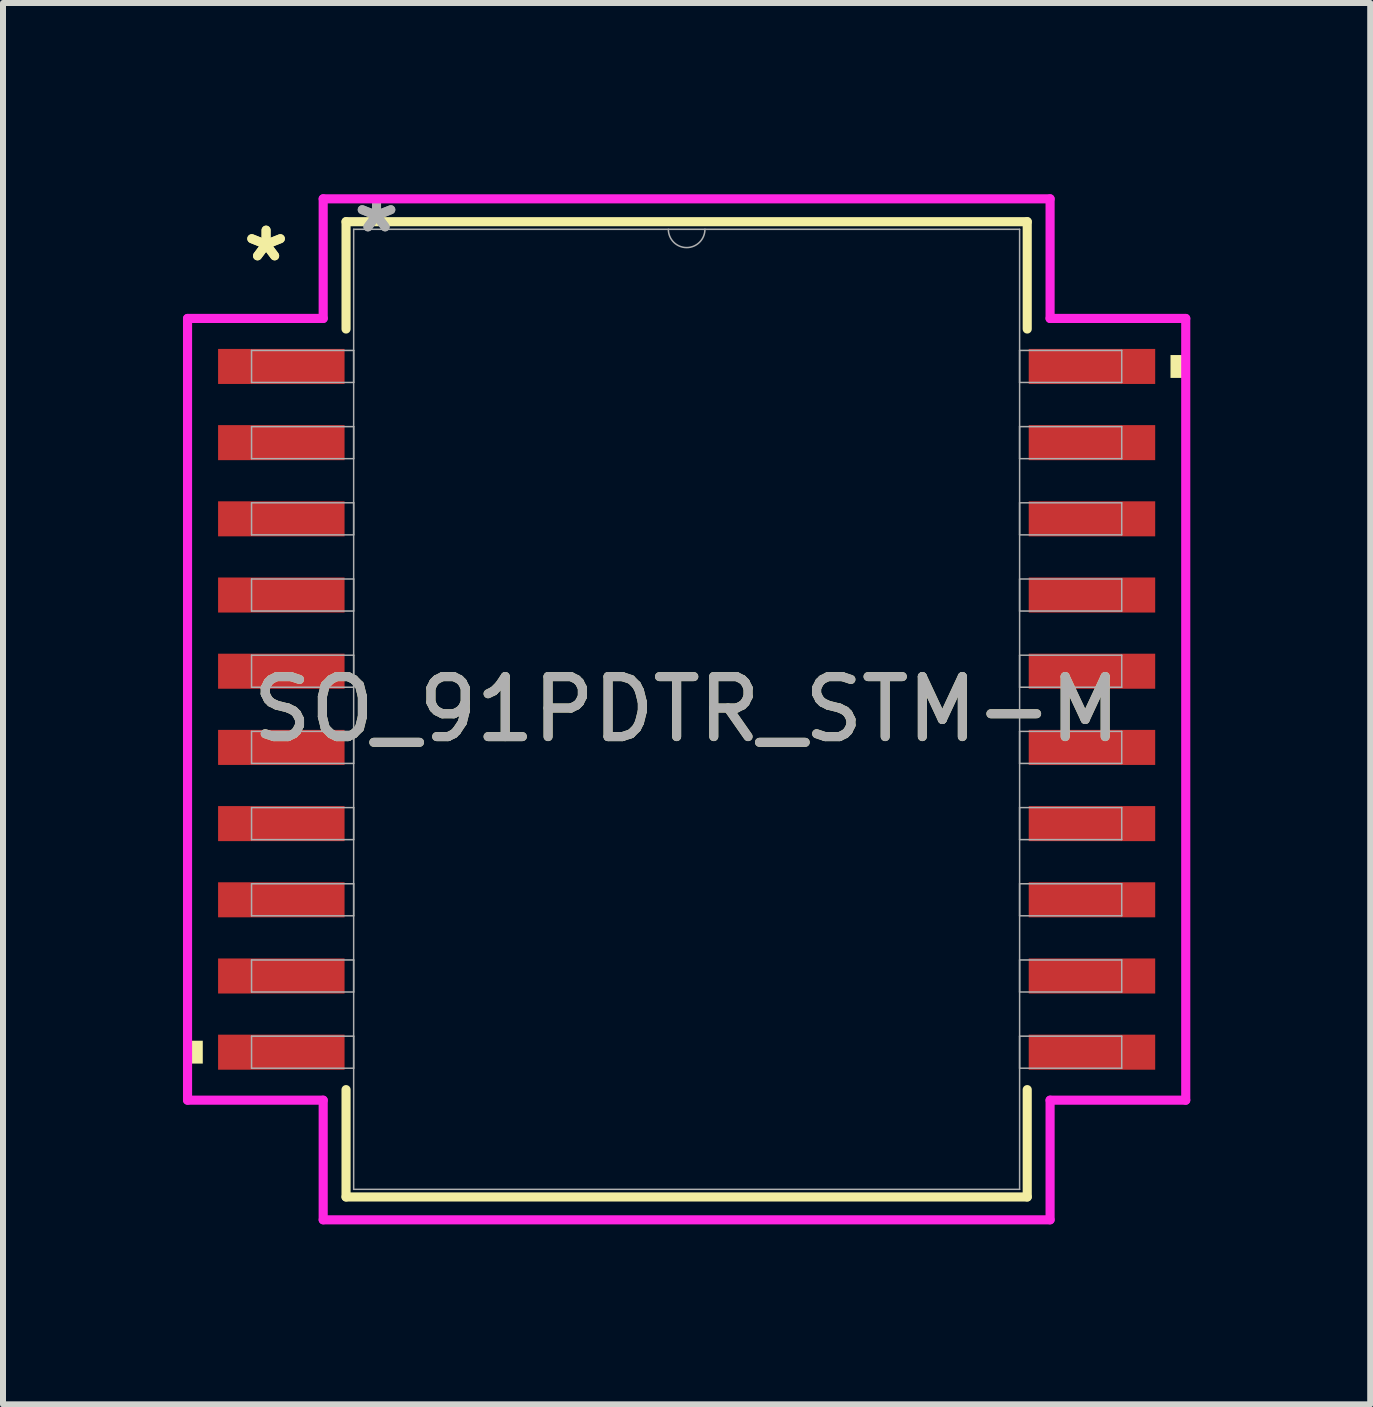
<source format=kicad_pcb>
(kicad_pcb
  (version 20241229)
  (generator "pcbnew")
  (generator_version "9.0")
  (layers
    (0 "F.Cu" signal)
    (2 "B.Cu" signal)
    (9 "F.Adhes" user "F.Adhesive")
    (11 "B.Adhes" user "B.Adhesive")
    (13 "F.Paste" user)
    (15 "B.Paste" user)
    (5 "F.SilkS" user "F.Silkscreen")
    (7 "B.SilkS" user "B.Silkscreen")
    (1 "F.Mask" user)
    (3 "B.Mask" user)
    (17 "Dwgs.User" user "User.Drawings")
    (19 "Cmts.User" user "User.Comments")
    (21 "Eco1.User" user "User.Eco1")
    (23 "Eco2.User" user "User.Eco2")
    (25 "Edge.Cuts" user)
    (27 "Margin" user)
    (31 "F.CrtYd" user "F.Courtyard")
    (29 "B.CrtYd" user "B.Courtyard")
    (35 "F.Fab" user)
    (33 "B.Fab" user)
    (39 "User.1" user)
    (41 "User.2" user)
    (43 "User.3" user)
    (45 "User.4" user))
  (footprint "SO_91PDTR_STM-M"
    (layer "F.Cu")
    (at 8.395 8.773)
    (property "Reference" "SO_91PDTR_STM-M" (at 0 0 0) (unlocked yes) (layer "F.SilkS") (effects (font (size 1 1) (thickness 0.15))))
    (attr smd)
    (fp_line (start -5.677 -8.128) (end -5.677 -6.339) (stroke (width 0.152) (type solid)) (layer "F.SilkS"))
    (fp_line (start -5.677 6.339) (end -5.677 8.128) (stroke (width 0.152) (type solid)) (layer "F.SilkS"))
    (fp_line (start -5.677 8.128) (end 5.677 8.128) (stroke (width 0.152) (type solid)) (layer "F.SilkS"))
    (fp_line (start 5.677 -8.128) (end -5.677 -8.128) (stroke (width 0.152) (type solid)) (layer "F.SilkS"))
    (fp_line (start 5.677 -6.339) (end 5.677 -8.128) (stroke (width 0.152) (type solid)) (layer "F.SilkS"))
    (fp_line (start 5.677 8.128) (end 5.677 6.339) (stroke (width 0.152) (type solid)) (layer "F.SilkS"))
    (fp_poly (pts (xy -8.319 5.524) (xy -8.319 5.905) (xy -8.065 5.905) (xy -8.065 5.524)) (stroke (width 0) (type solid)) (fill yes) (layer "F.SilkS"))
    (fp_poly (pts (xy 8.319 -5.905) (xy 8.319 -5.524) (xy 8.065 -5.524) (xy 8.065 -5.905)) (stroke (width 0) (type solid)) (fill yes) (layer "F.SilkS"))
    (fp_line (start -8.319 -6.515) (end -6.058 -6.515) (stroke (width 0.152) (type solid)) (layer "F.CrtYd"))
    (fp_line (start -8.319 6.515) (end -8.319 -6.515) (stroke (width 0.152) (type solid)) (layer "F.CrtYd"))
    (fp_line (start -8.319 6.515) (end -6.058 6.515) (stroke (width 0.152) (type solid)) (layer "F.CrtYd"))
    (fp_line (start -6.058 -8.509) (end 6.058 -8.509) (stroke (width 0.152) (type solid)) (layer "F.CrtYd"))
    (fp_line (start -6.058 -6.515) (end -6.058 -8.509) (stroke (width 0.152) (type solid)) (layer "F.CrtYd"))
    (fp_line (start -6.058 8.509) (end -6.058 6.515) (stroke (width 0.152) (type solid)) (layer "F.CrtYd"))
    (fp_line (start 6.058 -8.509) (end 6.058 -6.515) (stroke (width 0.152) (type solid)) (layer "F.CrtYd"))
    (fp_line (start 6.058 6.515) (end 6.058 8.509) (stroke (width 0.152) (type solid)) (layer "F.CrtYd"))
    (fp_line (start 6.058 8.509) (end -6.058 8.509) (stroke (width 0.152) (type solid)) (layer "F.CrtYd"))
    (fp_line (start 8.319 -6.515) (end 6.058 -6.515) (stroke (width 0.152) (type solid)) (layer "F.CrtYd"))
    (fp_line (start 8.319 -6.515) (end 8.319 6.515) (stroke (width 0.152) (type solid)) (layer "F.CrtYd"))
    (fp_line (start 8.319 6.515) (end 6.058 6.515) (stroke (width 0.152) (type solid)) (layer "F.CrtYd"))
    (fp_line (start -7.252 -5.982) (end -7.252 -5.448) (stroke (width 0.025) (type solid)) (layer "F.Fab"))
    (fp_line (start -7.252 -5.448) (end -5.55 -5.448) (stroke (width 0.025) (type solid)) (layer "F.Fab"))
    (fp_line (start -7.252 -4.712) (end -7.252 -4.178) (stroke (width 0.025) (type solid)) (layer "F.Fab"))
    (fp_line (start -7.252 -4.178) (end -5.55 -4.178) (stroke (width 0.025) (type solid)) (layer "F.Fab"))
    (fp_line (start -7.252 -3.442) (end -7.252 -2.908) (stroke (width 0.025) (type solid)) (layer "F.Fab"))
    (fp_line (start -7.252 -2.908) (end -5.55 -2.908) (stroke (width 0.025) (type solid)) (layer "F.Fab"))
    (fp_line (start -7.252 -2.172) (end -7.252 -1.638) (stroke (width 0.025) (type solid)) (layer "F.Fab"))
    (fp_line (start -7.252 -1.638) (end -5.55 -1.638) (stroke (width 0.025) (type solid)) (layer "F.Fab"))
    (fp_line (start -7.252 -0.902) (end -7.252 -0.368) (stroke (width 0.025) (type solid)) (layer "F.Fab"))
    (fp_line (start -7.252 -0.368) (end -5.55 -0.368) (stroke (width 0.025) (type solid)) (layer "F.Fab"))
    (fp_line (start -7.252 0.368) (end -7.252 0.902) (stroke (width 0.025) (type solid)) (layer "F.Fab"))
    (fp_line (start -7.252 0.902) (end -5.55 0.902) (stroke (width 0.025) (type solid)) (layer "F.Fab"))
    (fp_line (start -7.252 1.638) (end -7.252 2.172) (stroke (width 0.025) (type solid)) (layer "F.Fab"))
    (fp_line (start -7.252 2.172) (end -5.55 2.172) (stroke (width 0.025) (type solid)) (layer "F.Fab"))
    (fp_line (start -7.252 2.908) (end -7.252 3.442) (stroke (width 0.025) (type solid)) (layer "F.Fab"))
    (fp_line (start -7.252 3.442) (end -5.55 3.442) (stroke (width 0.025) (type solid)) (layer "F.Fab"))
    (fp_line (start -7.252 4.178) (end -7.252 4.712) (stroke (width 0.025) (type solid)) (layer "F.Fab"))
    (fp_line (start -7.252 4.712) (end -5.55 4.712) (stroke (width 0.025) (type solid)) (layer "F.Fab"))
    (fp_line (start -7.252 5.448) (end -7.252 5.982) (stroke (width 0.025) (type solid)) (layer "F.Fab"))
    (fp_line (start -7.252 5.982) (end -5.55 5.982) (stroke (width 0.025) (type solid)) (layer "F.Fab"))
    (fp_line (start -5.55 -8.001) (end -5.55 8.001) (stroke (width 0.025) (type solid)) (layer "F.Fab"))
    (fp_line (start -5.55 -5.982) (end -7.252 -5.982) (stroke (width 0.025) (type solid)) (layer "F.Fab"))
    (fp_line (start -5.55 -5.448) (end -5.55 -5.982) (stroke (width 0.025) (type solid)) (layer "F.Fab"))
    (fp_line (start -5.55 -4.712) (end -7.252 -4.712) (stroke (width 0.025) (type solid)) (layer "F.Fab"))
    (fp_line (start -5.55 -4.178) (end -5.55 -4.712) (stroke (width 0.025) (type solid)) (layer "F.Fab"))
    (fp_line (start -5.55 -3.442) (end -7.252 -3.442) (stroke (width 0.025) (type solid)) (layer "F.Fab"))
    (fp_line (start -5.55 -2.908) (end -5.55 -3.442) (stroke (width 0.025) (type solid)) (layer "F.Fab"))
    (fp_line (start -5.55 -2.172) (end -7.252 -2.172) (stroke (width 0.025) (type solid)) (layer "F.Fab"))
    (fp_line (start -5.55 -1.638) (end -5.55 -2.172) (stroke (width 0.025) (type solid)) (layer "F.Fab"))
    (fp_line (start -5.55 -0.902) (end -7.252 -0.902) (stroke (width 0.025) (type solid)) (layer "F.Fab"))
    (fp_line (start -5.55 -0.368) (end -5.55 -0.902) (stroke (width 0.025) (type solid)) (layer "F.Fab"))
    (fp_line (start -5.55 0.368) (end -7.252 0.368) (stroke (width 0.025) (type solid)) (layer "F.Fab"))
    (fp_line (start -5.55 0.902) (end -5.55 0.368) (stroke (width 0.025) (type solid)) (layer "F.Fab"))
    (fp_line (start -5.55 1.638) (end -7.252 1.638) (stroke (width 0.025) (type solid)) (layer "F.Fab"))
    (fp_line (start -5.55 2.172) (end -5.55 1.638) (stroke (width 0.025) (type solid)) (layer "F.Fab"))
    (fp_line (start -5.55 2.908) (end -7.252 2.908) (stroke (width 0.025) (type solid)) (layer "F.Fab"))
    (fp_line (start -5.55 3.442) (end -5.55 2.908) (stroke (width 0.025) (type solid)) (layer "F.Fab"))
    (fp_line (start -5.55 4.178) (end -7.252 4.178) (stroke (width 0.025) (type solid)) (layer "F.Fab"))
    (fp_line (start -5.55 4.712) (end -5.55 4.178) (stroke (width 0.025) (type solid)) (layer "F.Fab"))
    (fp_line (start -5.55 5.448) (end -7.252 5.448) (stroke (width 0.025) (type solid)) (layer "F.Fab"))
    (fp_line (start -5.55 5.982) (end -5.55 5.448) (stroke (width 0.025) (type solid)) (layer "F.Fab"))
    (fp_line (start -5.55 8.001) (end 5.55 8.001) (stroke (width 0.025) (type solid)) (layer "F.Fab"))
    (fp_line (start 5.55 -8.001) (end -5.55 -8.001) (stroke (width 0.025) (type solid)) (layer "F.Fab"))
    (fp_line (start 5.55 -5.982) (end 5.55 -5.448) (stroke (width 0.025) (type solid)) (layer "F.Fab"))
    (fp_line (start 5.55 -5.448) (end 7.252 -5.448) (stroke (width 0.025) (type solid)) (layer "F.Fab"))
    (fp_line (start 5.55 -4.712) (end 5.55 -4.178) (stroke (width 0.025) (type solid)) (layer "F.Fab"))
    (fp_line (start 5.55 -4.178) (end 7.252 -4.178) (stroke (width 0.025) (type solid)) (layer "F.Fab"))
    (fp_line (start 5.55 -3.442) (end 5.55 -2.908) (stroke (width 0.025) (type solid)) (layer "F.Fab"))
    (fp_line (start 5.55 -2.908) (end 7.252 -2.908) (stroke (width 0.025) (type solid)) (layer "F.Fab"))
    (fp_line (start 5.55 -2.172) (end 5.55 -1.638) (stroke (width 0.025) (type solid)) (layer "F.Fab"))
    (fp_line (start 5.55 -1.638) (end 7.252 -1.638) (stroke (width 0.025) (type solid)) (layer "F.Fab"))
    (fp_line (start 5.55 -0.902) (end 5.55 -0.368) (stroke (width 0.025) (type solid)) (layer "F.Fab"))
    (fp_line (start 5.55 -0.368) (end 7.252 -0.368) (stroke (width 0.025) (type solid)) (layer "F.Fab"))
    (fp_line (start 5.55 0.368) (end 5.55 0.902) (stroke (width 0.025) (type solid)) (layer "F.Fab"))
    (fp_line (start 5.55 0.902) (end 7.252 0.902) (stroke (width 0.025) (type solid)) (layer "F.Fab"))
    (fp_line (start 5.55 1.638) (end 5.55 2.172) (stroke (width 0.025) (type solid)) (layer "F.Fab"))
    (fp_line (start 5.55 2.172) (end 7.252 2.172) (stroke (width 0.025) (type solid)) (layer "F.Fab"))
    (fp_line (start 5.55 2.908) (end 5.55 3.442) (stroke (width 0.025) (type solid)) (layer "F.Fab"))
    (fp_line (start 5.55 3.442) (end 7.252 3.442) (stroke (width 0.025) (type solid)) (layer "F.Fab"))
    (fp_line (start 5.55 4.178) (end 5.55 4.712) (stroke (width 0.025) (type solid)) (layer "F.Fab"))
    (fp_line (start 5.55 4.712) (end 7.252 4.712) (stroke (width 0.025) (type solid)) (layer "F.Fab"))
    (fp_line (start 5.55 5.448) (end 5.55 5.982) (stroke (width 0.025) (type solid)) (layer "F.Fab"))
    (fp_line (start 5.55 5.982) (end 7.252 5.982) (stroke (width 0.025) (type solid)) (layer "F.Fab"))
    (fp_line (start 5.55 8.001) (end 5.55 -8.001) (stroke (width 0.025) (type solid)) (layer "F.Fab"))
    (fp_line (start 7.252 -5.982) (end 5.55 -5.982) (stroke (width 0.025) (type solid)) (layer "F.Fab"))
    (fp_line (start 7.252 -5.448) (end 7.252 -5.982) (stroke (width 0.025) (type solid)) (layer "F.Fab"))
    (fp_line (start 7.252 -4.712) (end 5.55 -4.712) (stroke (width 0.025) (type solid)) (layer "F.Fab"))
    (fp_line (start 7.252 -4.178) (end 7.252 -4.712) (stroke (width 0.025) (type solid)) (layer "F.Fab"))
    (fp_line (start 7.252 -3.442) (end 5.55 -3.442) (stroke (width 0.025) (type solid)) (layer "F.Fab"))
    (fp_line (start 7.252 -2.908) (end 7.252 -3.442) (stroke (width 0.025) (type solid)) (layer "F.Fab"))
    (fp_line (start 7.252 -2.172) (end 5.55 -2.172) (stroke (width 0.025) (type solid)) (layer "F.Fab"))
    (fp_line (start 7.252 -1.638) (end 7.252 -2.172) (stroke (width 0.025) (type solid)) (layer "F.Fab"))
    (fp_line (start 7.252 -0.902) (end 5.55 -0.902) (stroke (width 0.025) (type solid)) (layer "F.Fab"))
    (fp_line (start 7.252 -0.368) (end 7.252 -0.902) (stroke (width 0.025) (type solid)) (layer "F.Fab"))
    (fp_line (start 7.252 0.368) (end 5.55 0.368) (stroke (width 0.025) (type solid)) (layer "F.Fab"))
    (fp_line (start 7.252 0.902) (end 7.252 0.368) (stroke (width 0.025) (type solid)) (layer "F.Fab"))
    (fp_line (start 7.252 1.638) (end 5.55 1.638) (stroke (width 0.025) (type solid)) (layer "F.Fab"))
    (fp_line (start 7.252 2.172) (end 7.252 1.638) (stroke (width 0.025) (type solid)) (layer "F.Fab"))
    (fp_line (start 7.252 2.908) (end 5.55 2.908) (stroke (width 0.025) (type solid)) (layer "F.Fab"))
    (fp_line (start 7.252 3.442) (end 7.252 2.908) (stroke (width 0.025) (type solid)) (layer "F.Fab"))
    (fp_line (start 7.252 4.178) (end 5.55 4.178) (stroke (width 0.025) (type solid)) (layer "F.Fab"))
    (fp_line (start 7.252 4.712) (end 7.252 4.178) (stroke (width 0.025) (type solid)) (layer "F.Fab"))
    (fp_line (start 7.252 5.448) (end 5.55 5.448) (stroke (width 0.025) (type solid)) (layer "F.Fab"))
    (fp_line (start 7.252 5.982) (end 7.252 5.448) (stroke (width 0.025) (type solid)) (layer "F.Fab"))
    (fp_arc (start 0.3048 -8.001) (mid 0 -7.6962) (end -0.3048 -8.001) (stroke (width 0.0254) (type solid)) (layer "F.Fab"))
    (fp_text user "*" (at -7.01 -7.442 0) (layer "F.SilkS") (effects (font (size 1 1) (thickness 0.15))))
    (fp_text user "*" (at -7.01 -7.442 0) (unlocked yes) (layer "F.SilkS") (effects (font (size 1 1) (thickness 0.15))))
    (fp_text user "*" (at -5.169 -7.925 0) (unlocked yes) (layer "F.Fab") (effects (font (size 1 1) (thickness 0.15))))
    (fp_text user "${REFERENCE}" (at 0 0 0) (unlocked yes) (layer "F.Fab") (effects (font (size 1 1) (thickness 0.15))))
    (fp_text user "*" (at -5.169 -7.925 0) (layer "F.Fab") (effects (font (size 1 1) (thickness 0.15))))
    (pad "1" smd rect (at -6.756 -5.715) (size 2.108 0.584) (layers "F.Cu" "F.Mask" "F.Paste"))
    (pad "2" smd rect (at -6.756 -4.445) (size 2.108 0.584) (layers "F.Cu" "F.Mask" "F.Paste"))
    (pad "3" smd rect (at -6.756 -3.175) (size 2.108 0.584) (layers "F.Cu" "F.Mask" "F.Paste"))
    (pad "4" smd rect (at -6.756 -1.905) (size 2.108 0.584) (layers "F.Cu" "F.Mask" "F.Paste"))
    (pad "5" smd rect (at -6.756 -0.635) (size 2.108 0.584) (layers "F.Cu" "F.Mask" "F.Paste"))
    (pad "6" smd rect (at -6.756 0.635) (size 2.108 0.584) (layers "F.Cu" "F.Mask" "F.Paste"))
    (pad "7" smd rect (at -6.756 1.905) (size 2.108 0.584) (layers "F.Cu" "F.Mask" "F.Paste"))
    (pad "8" smd rect (at -6.756 3.175) (size 2.108 0.584) (layers "F.Cu" "F.Mask" "F.Paste"))
    (pad "9" smd rect (at -6.756 4.445) (size 2.108 0.584) (layers "F.Cu" "F.Mask" "F.Paste"))
    (pad "10" smd rect (at -6.756 5.715) (size 2.108 0.584) (layers "F.Cu" "F.Mask" "F.Paste"))
    (pad "11" smd rect (at 6.756 5.715) (size 2.108 0.584) (layers "F.Cu" "F.Mask" "F.Paste"))
    (pad "12" smd rect (at 6.756 4.445) (size 2.108 0.584) (layers "F.Cu" "F.Mask" "F.Paste"))
    (pad "13" smd rect (at 6.756 3.175) (size 2.108 0.584) (layers "F.Cu" "F.Mask" "F.Paste"))
    (pad "14" smd rect (at 6.756 1.905) (size 2.108 0.584) (layers "F.Cu" "F.Mask" "F.Paste"))
    (pad "15" smd rect (at 6.756 0.635) (size 2.108 0.584) (layers "F.Cu" "F.Mask" "F.Paste"))
    (pad "16" smd rect (at 6.756 -0.635) (size 2.108 0.584) (layers "F.Cu" "F.Mask" "F.Paste"))
    (pad "17" smd rect (at 6.756 -1.905) (size 2.108 0.584) (layers "F.Cu" "F.Mask" "F.Paste"))
    (pad "18" smd rect (at 6.756 -3.175) (size 2.108 0.584) (layers "F.Cu" "F.Mask" "F.Paste"))
    (pad "19" smd rect (at 6.756 -4.445) (size 2.108 0.584) (layers "F.Cu" "F.Mask" "F.Paste"))
    (pad "20" smd rect (at 6.756 -5.715) (size 2.108 0.584) (layers "F.Cu" "F.Mask" "F.Paste")))
  (gr_rect
    (start -3 -3)
    (end 19.789 20.358)
    (stroke (width 0.1) (type default))
    (fill no)
    (layer "Edge.Cuts")))
</source>
